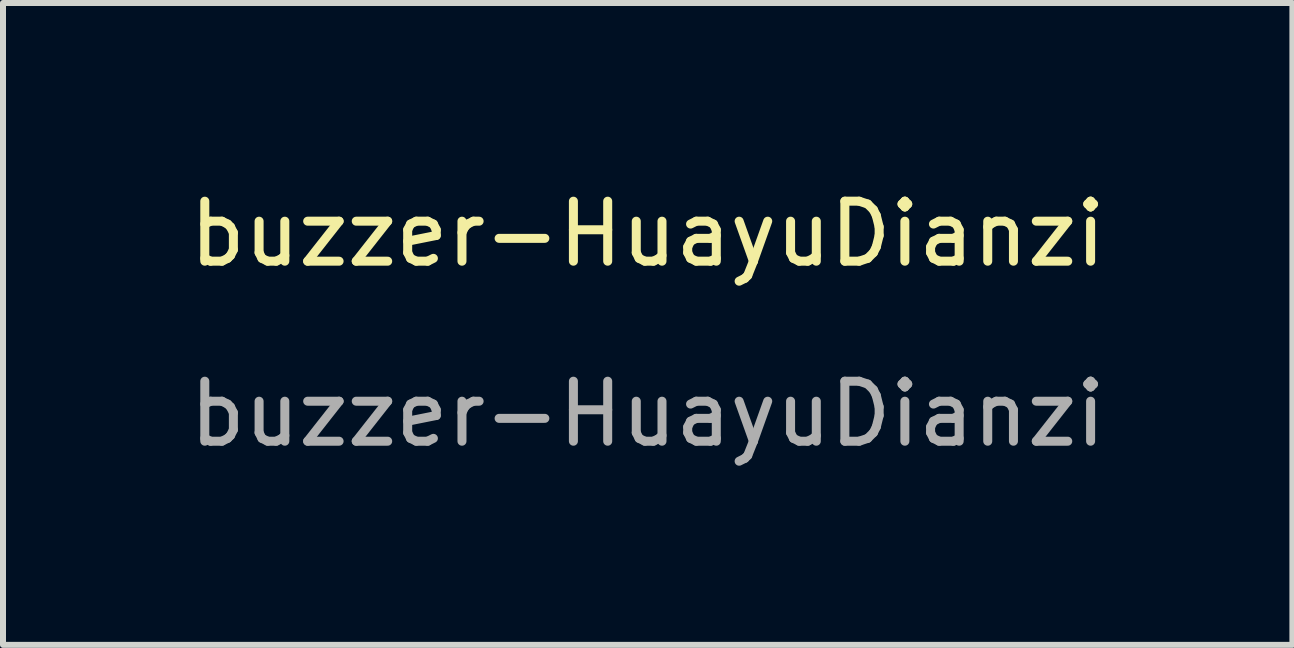
<source format=kicad_pcb>
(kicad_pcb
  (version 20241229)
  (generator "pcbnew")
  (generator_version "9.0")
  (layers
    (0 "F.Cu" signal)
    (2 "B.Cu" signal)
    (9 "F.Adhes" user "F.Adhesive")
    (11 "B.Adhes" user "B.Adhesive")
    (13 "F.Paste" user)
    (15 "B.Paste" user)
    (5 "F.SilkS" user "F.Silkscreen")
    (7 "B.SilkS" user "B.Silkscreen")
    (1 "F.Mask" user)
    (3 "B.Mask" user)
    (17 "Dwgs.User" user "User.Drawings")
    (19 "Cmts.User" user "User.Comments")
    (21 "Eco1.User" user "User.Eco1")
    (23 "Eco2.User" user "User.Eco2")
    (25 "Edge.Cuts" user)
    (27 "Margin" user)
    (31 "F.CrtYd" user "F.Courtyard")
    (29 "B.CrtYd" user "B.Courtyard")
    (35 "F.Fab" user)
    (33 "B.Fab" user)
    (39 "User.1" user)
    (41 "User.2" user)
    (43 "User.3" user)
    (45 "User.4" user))
  (footprint "buzzer-HuayuDianzi"
    (layer "F.Cu")
    (at 7.744 1.348)
    (property "Reference" "buzzer-HuayuDianzi" (at 0 -0.5 0) (unlocked yes) (layer "F.SilkS") (effects (font (size 1 1) (thickness 0.15))))
    (attr smd)
    (fp_text user "${REFERENCE}" (at 0 2.5 0) (unlocked yes) (layer "F.Fab") (effects (font (size 1 1) (thickness 0.15)))))
  (gr_rect
    (start -3 -3)
    (end 18.488 7.697)
    (stroke (width 0.1) (type default))
    (fill no)
    (layer "Edge.Cuts")))
</source>
